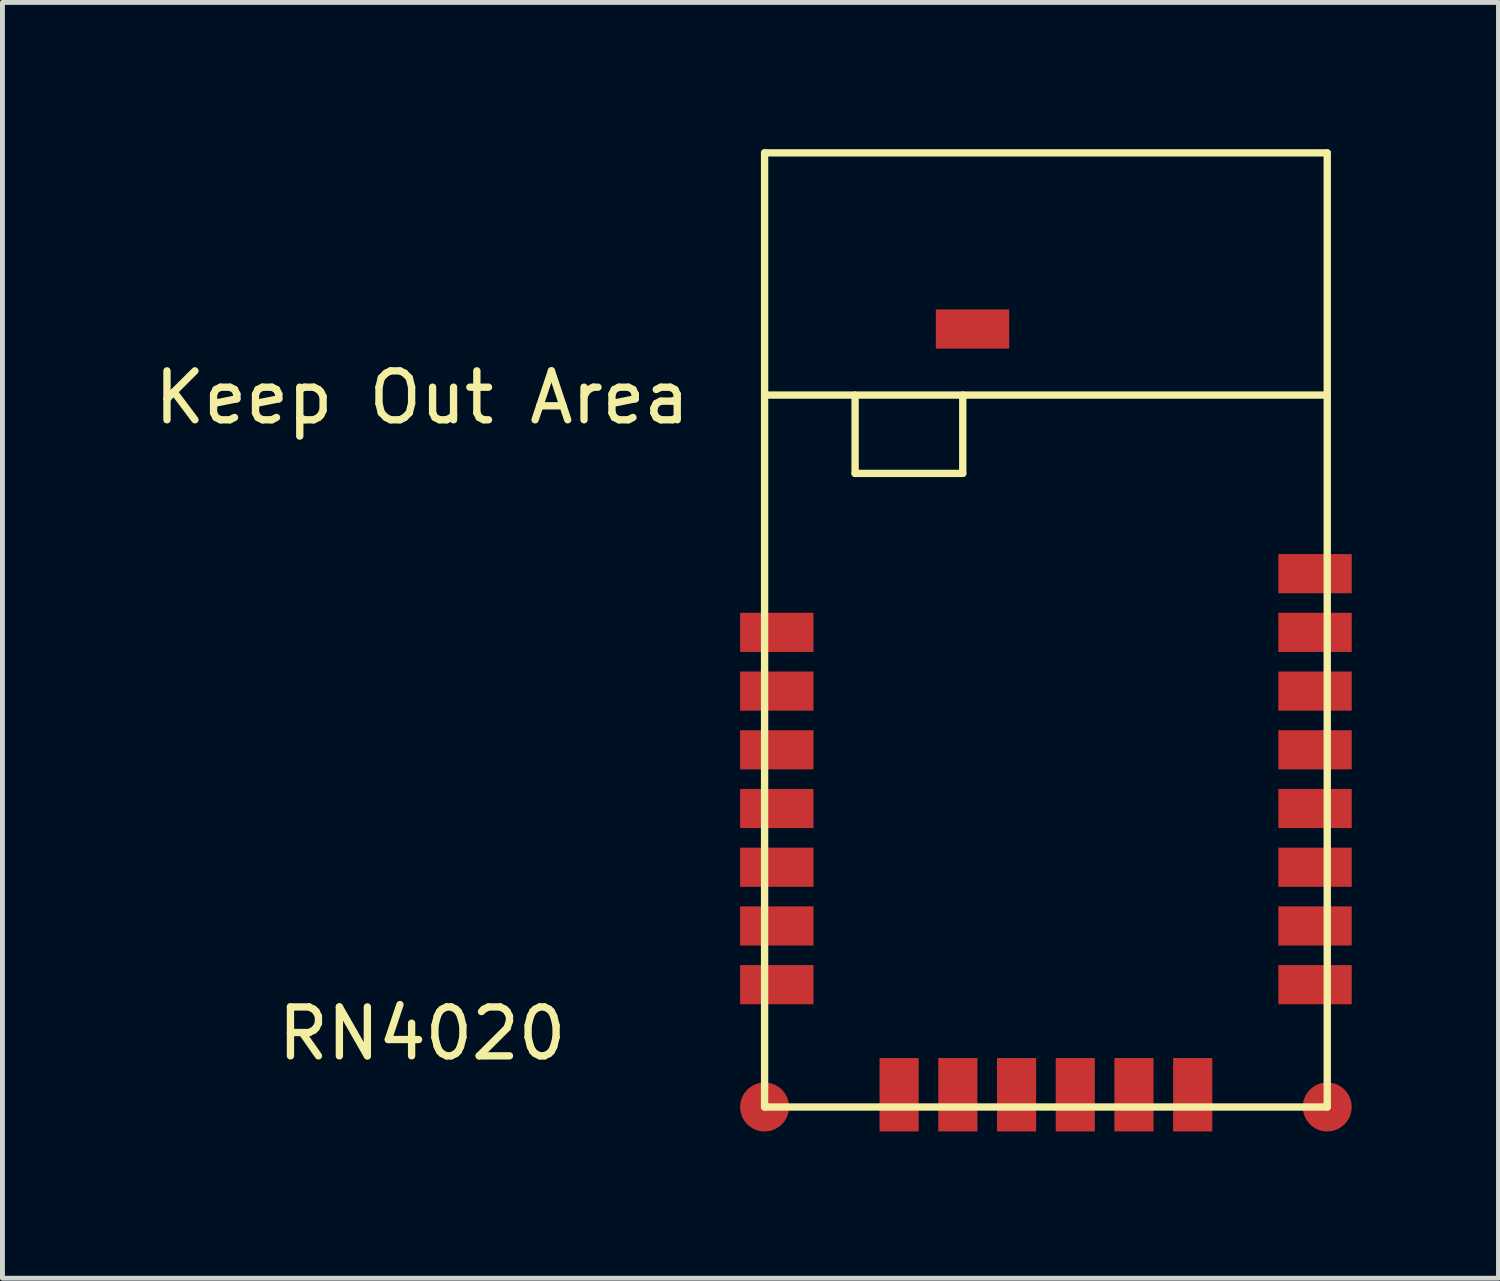
<source format=kicad_pcb>
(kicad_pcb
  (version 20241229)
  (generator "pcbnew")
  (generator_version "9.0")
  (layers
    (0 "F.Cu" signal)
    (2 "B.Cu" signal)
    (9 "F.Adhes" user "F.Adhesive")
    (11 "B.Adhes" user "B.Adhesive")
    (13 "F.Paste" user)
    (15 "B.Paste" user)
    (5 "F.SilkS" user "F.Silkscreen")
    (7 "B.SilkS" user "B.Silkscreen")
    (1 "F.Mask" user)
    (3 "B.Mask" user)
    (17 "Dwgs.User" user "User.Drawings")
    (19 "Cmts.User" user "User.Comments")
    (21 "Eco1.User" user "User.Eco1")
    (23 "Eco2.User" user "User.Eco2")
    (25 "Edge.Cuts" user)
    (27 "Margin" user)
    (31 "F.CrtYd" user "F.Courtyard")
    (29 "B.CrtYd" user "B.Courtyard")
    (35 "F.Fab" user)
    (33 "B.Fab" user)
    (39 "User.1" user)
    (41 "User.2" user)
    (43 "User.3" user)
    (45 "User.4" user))
  (footprint "RN4020"
    (layer "F.Cu")
    (at 12.577 19.575)
    (property "Reference" "RN4020" (at -7 -1.5 0) (layer "F.SilkS") (effects (font (size 1 1) (thickness 0.15))))
    (attr through_hole)
    (fp_line (start 0 -19.5) (end 11.5 -19.5) (stroke (width 0.15) (type solid)) (layer "F.SilkS"))
    (fp_line (start 0 -14.55) (end 11.5 -14.55) (stroke (width 0.15) (type solid)) (layer "F.SilkS"))
    (fp_line (start 0 0) (end 0 -19.5) (stroke (width 0.15) (type solid)) (layer "F.SilkS"))
    (fp_line (start 1.85 -14.55) (end 1.85 -12.95) (stroke (width 0.15) (type solid)) (layer "F.SilkS"))
    (fp_line (start 1.85 -12.95) (end 4.05 -12.95) (stroke (width 0.15) (type solid)) (layer "F.SilkS"))
    (fp_line (start 4.05 -12.95) (end 4.05 -14.55) (stroke (width 0.15) (type solid)) (layer "F.SilkS"))
    (fp_line (start 11.5 -19.5) (end 11.5 0) (stroke (width 0.15) (type solid)) (layer "F.SilkS"))
    (fp_line (start 11.5 0) (end 0 0) (stroke (width 0.15) (type solid)) (layer "F.SilkS"))
    (fp_text user "Keep Out Area" (at -7 -14.5 0) (layer "F.SilkS") (effects (font (size 1 1) (thickness 0.15))))
    (pad "1" smd rect (at 4.25 -15.9) (size 1.5 0.8) (layers "F.Cu" "F.Mask" "F.Paste"))
    (pad "2" smd rect (at 0.25 -9.7) (size 1.5 0.8) (layers "F.Cu" "F.Mask" "F.Paste"))
    (pad "3" smd rect (at 0.25 -8.5) (size 1.5 0.8) (layers "F.Cu" "F.Mask" "F.Paste"))
    (pad "4" smd rect (at 0.25 -7.3) (size 1.5 0.8) (layers "F.Cu" "F.Mask" "F.Paste"))
    (pad "5" smd rect (at 0.25 -6.1) (size 1.5 0.8) (layers "F.Cu" "F.Mask" "F.Paste"))
    (pad "6" smd rect (at 0.25 -4.9) (size 1.5 0.8) (layers "F.Cu" "F.Mask" "F.Paste"))
    (pad "7" smd rect (at 0.25 -3.7) (size 1.5 0.8) (layers "F.Cu" "F.Mask" "F.Paste"))
    (pad "8" smd rect (at 0.25 -2.5) (size 1.5 0.8) (layers "F.Cu" "F.Mask" "F.Paste"))
    (pad "9" smd circle (at 0 0 90) (size 1 1) (layers "F.Cu" "F.Mask" "F.Paste"))
    (pad "10" smd rect (at 2.75 -0.25 90) (size 1.5 0.8) (layers "F.Cu" "F.Mask" "F.Paste"))
    (pad "11" smd rect (at 3.95 -0.25 90) (size 1.5 0.8) (layers "F.Cu" "F.Mask" "F.Paste"))
    (pad "12" smd rect (at 5.15 -0.25 90) (size 1.5 0.8) (layers "F.Cu" "F.Mask" "F.Paste"))
    (pad "13" smd rect (at 6.35 -0.25 90) (size 1.5 0.8) (layers "F.Cu" "F.Mask" "F.Paste"))
    (pad "14" smd rect (at 7.55 -0.25 90) (size 1.5 0.8) (layers "F.Cu" "F.Mask" "F.Paste"))
    (pad "15" smd rect (at 8.75 -0.25 90) (size 1.5 0.8) (layers "F.Cu" "F.Mask" "F.Paste"))
    (pad "16" smd circle (at 11.5 0 90) (size 1 1) (layers "F.Cu" "F.Mask" "F.Paste"))
    (pad "17" smd rect (at 11.25 -2.5) (size 1.5 0.8) (layers "F.Cu" "F.Mask" "F.Paste"))
    (pad "18" smd rect (at 11.25 -3.7) (size 1.5 0.8) (layers "F.Cu" "F.Mask" "F.Paste"))
    (pad "19" smd rect (at 11.25 -4.9) (size 1.5 0.8) (layers "F.Cu" "F.Mask" "F.Paste"))
    (pad "20" smd rect (at 11.25 -6.1) (size 1.5 0.8) (layers "F.Cu" "F.Mask" "F.Paste"))
    (pad "21" smd rect (at 11.25 -7.3) (size 1.5 0.8) (layers "F.Cu" "F.Mask" "F.Paste"))
    (pad "22" smd rect (at 11.25 -8.5) (size 1.5 0.8) (layers "F.Cu" "F.Mask" "F.Paste"))
    (pad "23" smd rect (at 11.25 -9.7) (size 1.5 0.8) (layers "F.Cu" "F.Mask" "F.Paste"))
    (pad "24" smd rect (at 11.25 -10.9) (size 1.5 0.8) (layers "F.Cu" "F.Mask" "F.Paste")))
  (gr_rect
    (start -3 -3)
    (end 27.577 23.075)
    (stroke (width 0.1) (type default))
    (fill no)
    (layer "Edge.Cuts")))
</source>
